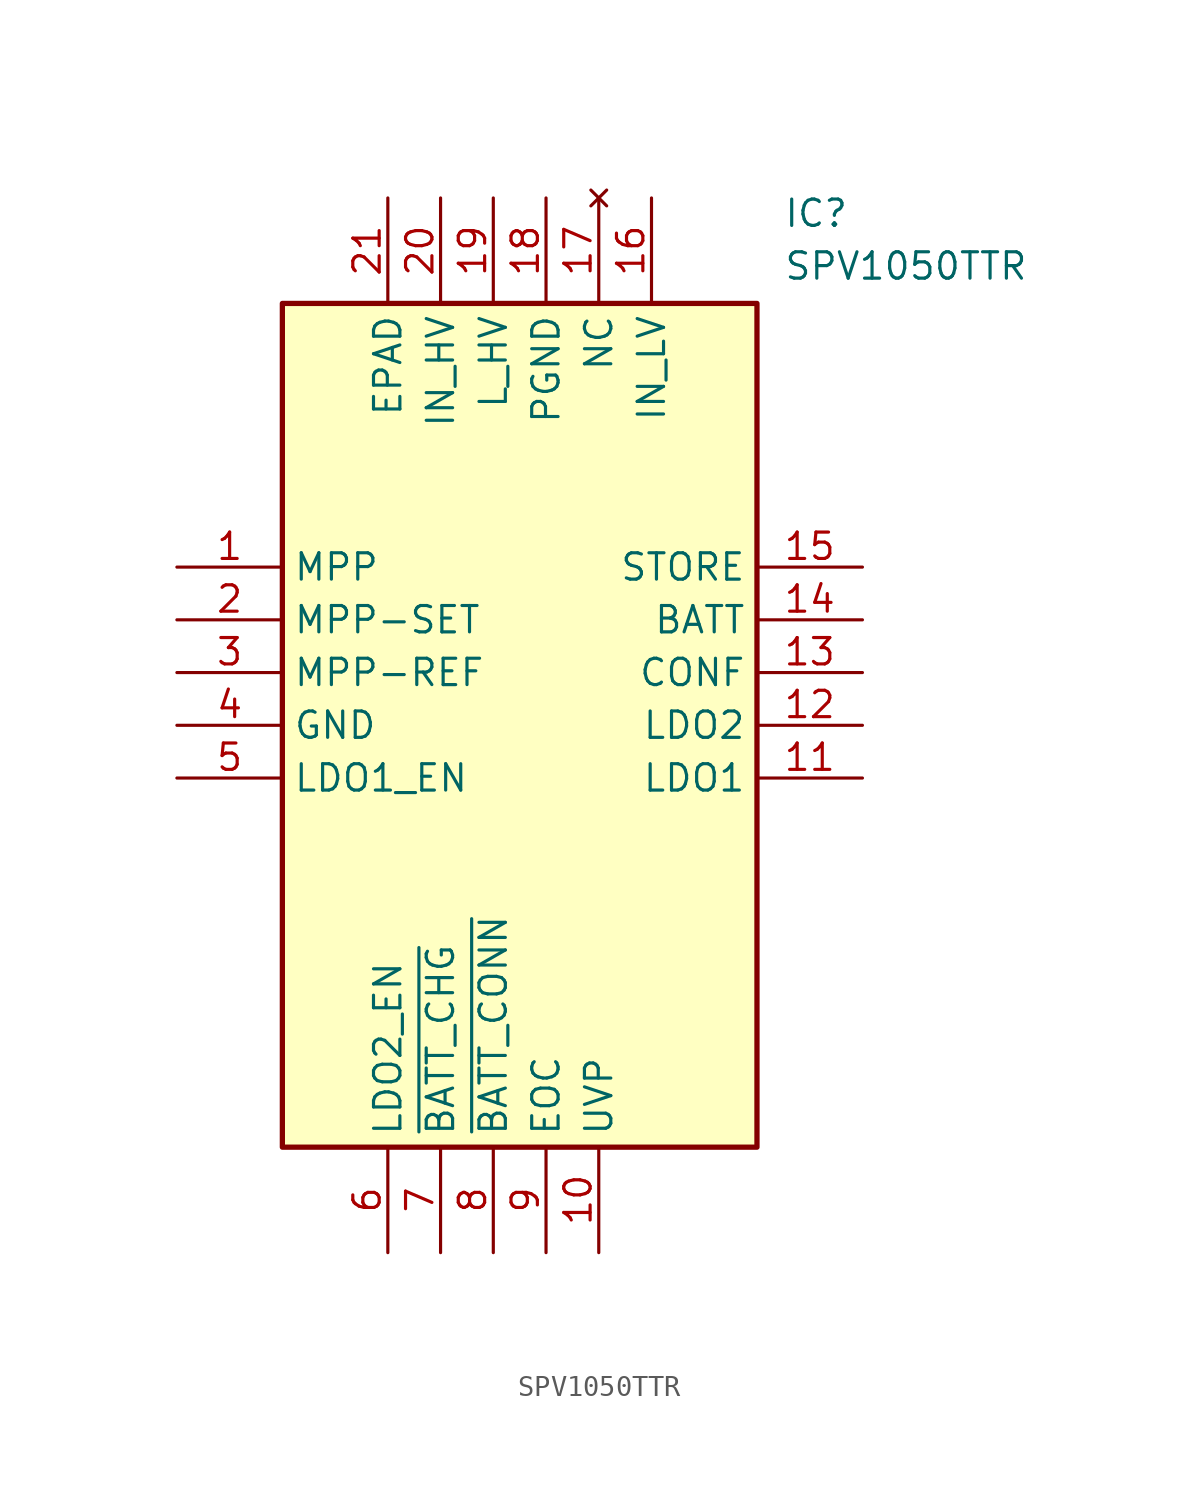
<source format=kicad_sym>
(kicad_symbol_lib
  (version 20211014)
  (generator SamacSys_ECAD_Model)
  (symbol "SPV1050TTR"
    (property "Reference" "IC"
      (at 29.21 17.78 0)
      (effects (font (size 1.27 1.27)) (justify left top)))
    (property "Value" "SPV1050TTR"
      (at 29.21 15.24 0)
      (effects (font (size 1.27 1.27)) (justify left top)))
    (rectangle
      (start 5.08 12.7)
      (end 27.94 -27.94)
      (stroke (width 0.254) (type default))
      (fill (type background)))
    (pin passive line
      (at 0 0 0)
      (length 5.08)
      (name "MPP" (effects (font (size 1.27 1.27))))
      (number "1" (effects (font (size 1.27 1.27)))))
    (pin passive line
      (at 0 -2.54 0)
      (length 5.08)
      (name "MPP-SET" (effects (font (size 1.27 1.27))))
      (number "2" (effects (font (size 1.27 1.27)))))
    (pin passive line
      (at 0 -5.08 0)
      (length 5.08)
      (name "MPP-REF" (effects (font (size 1.27 1.27))))
      (number "3" (effects (font (size 1.27 1.27)))))
    (pin passive line
      (at 0 -7.62 0)
      (length 5.08)
      (name "GND" (effects (font (size 1.27 1.27))))
      (number "4" (effects (font (size 1.27 1.27)))))
    (pin passive line
      (at 0 -10.16 0)
      (length 5.08)
      (name "LDO1_EN" (effects (font (size 1.27 1.27))))
      (number "5" (effects (font (size 1.27 1.27)))))
    (pin passive line
      (at 10.16 -33.02 90)
      (length 5.08)
      (name "LDO2_EN" (effects (font (size 1.27 1.27))))
      (number "6" (effects (font (size 1.27 1.27)))))
    (pin passive line
      (at 12.7 -33.02 90)
      (length 5.08)
      (name "~{BATT_CHG}" (effects (font (size 1.27 1.27))))
      (number "7" (effects (font (size 1.27 1.27)))))
    (pin passive line
      (at 15.24 -33.02 90)
      (length 5.08)
      (name "~{BATT_CONN}" (effects (font (size 1.27 1.27))))
      (number "8" (effects (font (size 1.27 1.27)))))
    (pin passive line
      (at 17.78 -33.02 90)
      (length 5.08)
      (name "EOC" (effects (font (size 1.27 1.27))))
      (number "9" (effects (font (size 1.27 1.27)))))
    (pin passive line
      (at 20.32 -33.02 90)
      (length 5.08)
      (name "UVP" (effects (font (size 1.27 1.27))))
      (number "10" (effects (font (size 1.27 1.27)))))
    (pin passive line
      (at 33.02 0 180)
      (length 5.08)
      (name "STORE" (effects (font (size 1.27 1.27))))
      (number "15" (effects (font (size 1.27 1.27)))))
    (pin passive line
      (at 33.02 -2.54 180)
      (length 5.08)
      (name "BATT" (effects (font (size 1.27 1.27))))
      (number "14" (effects (font (size 1.27 1.27)))))
    (pin passive line
      (at 33.02 -5.08 180)
      (length 5.08)
      (name "CONF" (effects (font (size 1.27 1.27))))
      (number "13" (effects (font (size 1.27 1.27)))))
    (pin passive line
      (at 33.02 -7.62 180)
      (length 5.08)
      (name "LDO2" (effects (font (size 1.27 1.27))))
      (number "12" (effects (font (size 1.27 1.27)))))
    (pin passive line
      (at 33.02 -10.16 180)
      (length 5.08)
      (name "LDO1" (effects (font (size 1.27 1.27))))
      (number "11" (effects (font (size 1.27 1.27)))))
    (pin passive line
      (at 10.16 17.78 270)
      (length 5.08)
      (name "EPAD" (effects (font (size 1.27 1.27))))
      (number "21" (effects (font (size 1.27 1.27)))))
    (pin passive line
      (at 12.7 17.78 270)
      (length 5.08)
      (name "IN_HV" (effects (font (size 1.27 1.27))))
      (number "20" (effects (font (size 1.27 1.27)))))
    (pin passive line
      (at 15.24 17.78 270)
      (length 5.08)
      (name "L_HV" (effects (font (size 1.27 1.27))))
      (number "19" (effects (font (size 1.27 1.27)))))
    (pin passive line
      (at 17.78 17.78 270)
      (length 5.08)
      (name "PGND" (effects (font (size 1.27 1.27))))
      (number "18" (effects (font (size 1.27 1.27)))))
    (pin no_connect line
      (at 20.32 17.78 270)
      (length 5.08)
      (name "NC" (effects (font (size 1.27 1.27))))
      (number "17" (effects (font (size 1.27 1.27)))))
    (pin passive line
      (at 22.86 17.78 270)
      (length 5.08)
      (name "IN_LV" (effects (font (size 1.27 1.27))))
      (number "16" (effects (font (size 1.27 1.27)))))))
</source>
